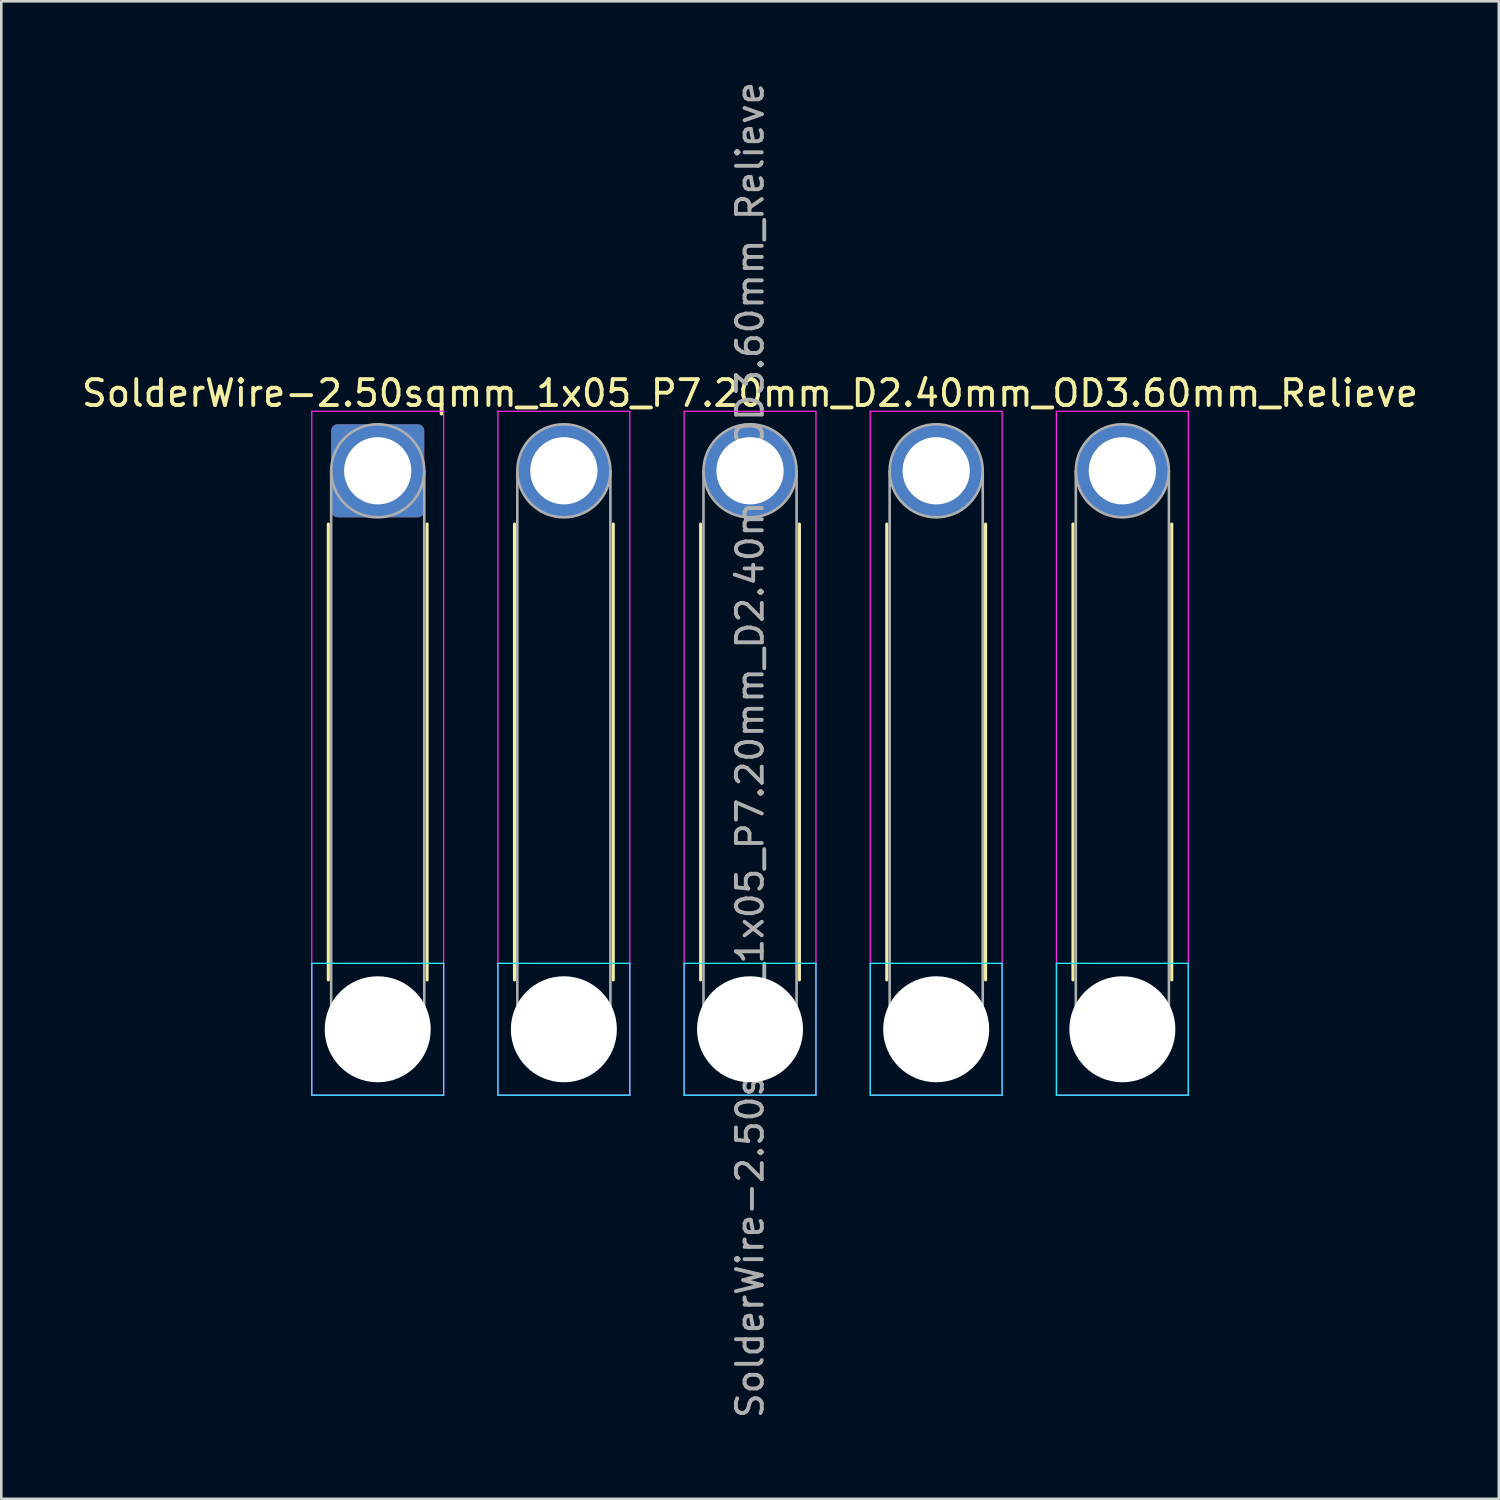
<source format=kicad_pcb>
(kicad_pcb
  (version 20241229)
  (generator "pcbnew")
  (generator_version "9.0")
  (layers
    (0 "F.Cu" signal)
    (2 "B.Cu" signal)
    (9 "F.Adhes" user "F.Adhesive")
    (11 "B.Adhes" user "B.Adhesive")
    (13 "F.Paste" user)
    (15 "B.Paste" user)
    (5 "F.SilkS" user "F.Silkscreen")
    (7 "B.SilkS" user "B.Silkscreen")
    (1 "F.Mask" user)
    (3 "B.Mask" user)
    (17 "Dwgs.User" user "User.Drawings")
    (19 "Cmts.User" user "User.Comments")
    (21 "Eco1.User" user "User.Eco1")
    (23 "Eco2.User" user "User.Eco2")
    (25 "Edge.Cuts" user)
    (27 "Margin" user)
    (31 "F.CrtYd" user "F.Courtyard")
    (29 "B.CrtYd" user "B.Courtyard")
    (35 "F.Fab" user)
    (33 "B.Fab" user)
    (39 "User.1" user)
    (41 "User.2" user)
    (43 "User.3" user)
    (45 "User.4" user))
  (footprint "SolderWire-2.50sqmm_1x05_P7.20mm_D2.40mm_OD3.60mm_Relieve"
    (layer "F.Cu")
    (at 11.558 15.158)
    (property "Reference" "SolderWire-2.50sqmm_1x05_P7.20mm_D2.40mm_OD3.60mm_Relieve" (at 14.4 -3 0) (layer "F.SilkS") (effects (font (size 1 1) (thickness 0.15))))
    (attr exclude_from_pos_files exclude_from_bom)
    (fp_line (start -1.91 2.06) (end -1.91 19.69) (stroke (width 0.12) (type solid)) (layer "F.SilkS"))
    (fp_line (start 1.91 2.06) (end 1.91 19.69) (stroke (width 0.12) (type solid)) (layer "F.SilkS"))
    (fp_line (start 5.29 2.06) (end 5.29 19.69) (stroke (width 0.12) (type solid)) (layer "F.SilkS"))
    (fp_line (start 9.11 2.06) (end 9.11 19.69) (stroke (width 0.12) (type solid)) (layer "F.SilkS"))
    (fp_line (start 12.49 2.06) (end 12.49 19.69) (stroke (width 0.12) (type solid)) (layer "F.SilkS"))
    (fp_line (start 16.31 2.06) (end 16.31 19.69) (stroke (width 0.12) (type solid)) (layer "F.SilkS"))
    (fp_line (start 19.69 2.06) (end 19.69 19.69) (stroke (width 0.12) (type solid)) (layer "F.SilkS"))
    (fp_line (start 23.51 2.06) (end 23.51 19.69) (stroke (width 0.12) (type solid)) (layer "F.SilkS"))
    (fp_line (start 26.89 2.06) (end 26.89 19.69) (stroke (width 0.12) (type solid)) (layer "F.SilkS"))
    (fp_line (start 30.71 2.06) (end 30.71 19.69) (stroke (width 0.12) (type solid)) (layer "F.SilkS"))
    (fp_line (start -2.55 19.05) (end -2.55 24.15) (stroke (width 0.05) (type solid)) (layer "B.CrtYd"))
    (fp_line (start -2.55 24.15) (end 2.55 24.15) (stroke (width 0.05) (type solid)) (layer "B.CrtYd"))
    (fp_line (start 2.55 19.05) (end -2.55 19.05) (stroke (width 0.05) (type solid)) (layer "B.CrtYd"))
    (fp_line (start 2.55 24.15) (end 2.55 19.05) (stroke (width 0.05) (type solid)) (layer "B.CrtYd"))
    (fp_line (start 4.65 19.05) (end 4.65 24.15) (stroke (width 0.05) (type solid)) (layer "B.CrtYd"))
    (fp_line (start 4.65 24.15) (end 9.75 24.15) (stroke (width 0.05) (type solid)) (layer "B.CrtYd"))
    (fp_line (start 9.75 19.05) (end 4.65 19.05) (stroke (width 0.05) (type solid)) (layer "B.CrtYd"))
    (fp_line (start 9.75 24.15) (end 9.75 19.05) (stroke (width 0.05) (type solid)) (layer "B.CrtYd"))
    (fp_line (start 11.85 19.05) (end 11.85 24.15) (stroke (width 0.05) (type solid)) (layer "B.CrtYd"))
    (fp_line (start 11.85 24.15) (end 16.95 24.15) (stroke (width 0.05) (type solid)) (layer "B.CrtYd"))
    (fp_line (start 16.95 19.05) (end 11.85 19.05) (stroke (width 0.05) (type solid)) (layer "B.CrtYd"))
    (fp_line (start 16.95 24.15) (end 16.95 19.05) (stroke (width 0.05) (type solid)) (layer "B.CrtYd"))
    (fp_line (start 19.05 19.05) (end 19.05 24.15) (stroke (width 0.05) (type solid)) (layer "B.CrtYd"))
    (fp_line (start 19.05 24.15) (end 24.15 24.15) (stroke (width 0.05) (type solid)) (layer "B.CrtYd"))
    (fp_line (start 24.15 19.05) (end 19.05 19.05) (stroke (width 0.05) (type solid)) (layer "B.CrtYd"))
    (fp_line (start 24.15 24.15) (end 24.15 19.05) (stroke (width 0.05) (type solid)) (layer "B.CrtYd"))
    (fp_line (start 26.25 19.05) (end 26.25 24.15) (stroke (width 0.05) (type solid)) (layer "B.CrtYd"))
    (fp_line (start 26.25 24.15) (end 31.35 24.15) (stroke (width 0.05) (type solid)) (layer "B.CrtYd"))
    (fp_line (start 31.35 19.05) (end 26.25 19.05) (stroke (width 0.05) (type solid)) (layer "B.CrtYd"))
    (fp_line (start 31.35 24.15) (end 31.35 19.05) (stroke (width 0.05) (type solid)) (layer "B.CrtYd"))
    (fp_line (start -2.55 -2.3) (end -2.55 24.15) (stroke (width 0.05) (type solid)) (layer "F.CrtYd"))
    (fp_line (start -2.55 24.15) (end 2.55 24.15) (stroke (width 0.05) (type solid)) (layer "F.CrtYd"))
    (fp_line (start 2.55 -2.3) (end -2.55 -2.3) (stroke (width 0.05) (type solid)) (layer "F.CrtYd"))
    (fp_line (start 2.55 24.15) (end 2.55 -2.3) (stroke (width 0.05) (type solid)) (layer "F.CrtYd"))
    (fp_line (start 4.65 -2.3) (end 4.65 24.15) (stroke (width 0.05) (type solid)) (layer "F.CrtYd"))
    (fp_line (start 4.65 24.15) (end 9.75 24.15) (stroke (width 0.05) (type solid)) (layer "F.CrtYd"))
    (fp_line (start 9.75 -2.3) (end 4.65 -2.3) (stroke (width 0.05) (type solid)) (layer "F.CrtYd"))
    (fp_line (start 9.75 24.15) (end 9.75 -2.3) (stroke (width 0.05) (type solid)) (layer "F.CrtYd"))
    (fp_line (start 11.85 -2.3) (end 11.85 24.15) (stroke (width 0.05) (type solid)) (layer "F.CrtYd"))
    (fp_line (start 11.85 24.15) (end 16.95 24.15) (stroke (width 0.05) (type solid)) (layer "F.CrtYd"))
    (fp_line (start 16.95 -2.3) (end 11.85 -2.3) (stroke (width 0.05) (type solid)) (layer "F.CrtYd"))
    (fp_line (start 16.95 24.15) (end 16.95 -2.3) (stroke (width 0.05) (type solid)) (layer "F.CrtYd"))
    (fp_line (start 19.05 -2.3) (end 19.05 24.15) (stroke (width 0.05) (type solid)) (layer "F.CrtYd"))
    (fp_line (start 19.05 24.15) (end 24.15 24.15) (stroke (width 0.05) (type solid)) (layer "F.CrtYd"))
    (fp_line (start 24.15 -2.3) (end 19.05 -2.3) (stroke (width 0.05) (type solid)) (layer "F.CrtYd"))
    (fp_line (start 24.15 24.15) (end 24.15 -2.3) (stroke (width 0.05) (type solid)) (layer "F.CrtYd"))
    (fp_line (start 26.25 -2.3) (end 26.25 24.15) (stroke (width 0.05) (type solid)) (layer "F.CrtYd"))
    (fp_line (start 26.25 24.15) (end 31.35 24.15) (stroke (width 0.05) (type solid)) (layer "F.CrtYd"))
    (fp_line (start 31.35 -2.3) (end 26.25 -2.3) (stroke (width 0.05) (type solid)) (layer "F.CrtYd"))
    (fp_line (start 31.35 24.15) (end 31.35 -2.3) (stroke (width 0.05) (type solid)) (layer "F.CrtYd"))
    (fp_line (start -1.8 0) (end -1.8 21.6) (stroke (width 0.1) (type solid)) (layer "F.Fab"))
    (fp_line (start 1.8 0) (end 1.8 21.6) (stroke (width 0.1) (type solid)) (layer "F.Fab"))
    (fp_line (start 5.4 0) (end 5.4 21.6) (stroke (width 0.1) (type solid)) (layer "F.Fab"))
    (fp_line (start 9 0) (end 9 21.6) (stroke (width 0.1) (type solid)) (layer "F.Fab"))
    (fp_line (start 12.6 0) (end 12.6 21.6) (stroke (width 0.1) (type solid)) (layer "F.Fab"))
    (fp_line (start 16.2 0) (end 16.2 21.6) (stroke (width 0.1) (type solid)) (layer "F.Fab"))
    (fp_line (start 19.8 0) (end 19.8 21.6) (stroke (width 0.1) (type solid)) (layer "F.Fab"))
    (fp_line (start 23.4 0) (end 23.4 21.6) (stroke (width 0.1) (type solid)) (layer "F.Fab"))
    (fp_line (start 27 0) (end 27 21.6) (stroke (width 0.1) (type solid)) (layer "F.Fab"))
    (fp_line (start 30.6 0) (end 30.6 21.6) (stroke (width 0.1) (type solid)) (layer "F.Fab"))
    (fp_circle (center 0 0) (end 1.8 0) (stroke (width 0.1) (type solid)) (fill no) (layer "F.Fab"))
    (fp_circle (center 0 21.6) (end 1.8 21.6) (stroke (width 0.1) (type solid)) (fill no) (layer "F.Fab"))
    (fp_circle (center 7.2 0) (end 9 0) (stroke (width 0.1) (type solid)) (fill no) (layer "F.Fab"))
    (fp_circle (center 7.2 21.6) (end 9 21.6) (stroke (width 0.1) (type solid)) (fill no) (layer "F.Fab"))
    (fp_circle (center 14.4 0) (end 16.2 0) (stroke (width 0.1) (type solid)) (fill no) (layer "F.Fab"))
    (fp_circle (center 14.4 21.6) (end 16.2 21.6) (stroke (width 0.1) (type solid)) (fill no) (layer "F.Fab"))
    (fp_circle (center 21.6 0) (end 23.4 0) (stroke (width 0.1) (type solid)) (fill no) (layer "F.Fab"))
    (fp_circle (center 21.6 21.6) (end 23.4 21.6) (stroke (width 0.1) (type solid)) (fill no) (layer "F.Fab"))
    (fp_circle (center 28.8 0) (end 30.6 0) (stroke (width 0.1) (type solid)) (fill no) (layer "F.Fab"))
    (fp_circle (center 28.8 21.6) (end 30.6 21.6) (stroke (width 0.1) (type solid)) (fill no) (layer "F.Fab"))
    (fp_text user "${REFERENCE}" (at 14.4 10.8 90) (layer "F.Fab") (effects (font (size 1 1) (thickness 0.15))))
    (pad "" np_thru_hole circle (at 0 21.6) (size 4.1 4.1) (drill 4.1) (layers "*.Cu" "*.Mask"))
    (pad "" np_thru_hole circle (at 7.2 21.6) (size 4.1 4.1) (drill 4.1) (layers "*.Cu" "*.Mask"))
    (pad "" np_thru_hole circle (at 14.4 21.6) (size 4.1 4.1) (drill 4.1) (layers "*.Cu" "*.Mask"))
    (pad "" np_thru_hole circle (at 21.6 21.6) (size 4.1 4.1) (drill 4.1) (layers "*.Cu" "*.Mask"))
    (pad "" np_thru_hole circle (at 28.8 21.6) (size 4.1 4.1) (drill 4.1) (layers "*.Cu" "*.Mask"))
    (pad "1" thru_hole roundrect (at 0 0) (size 3.6 3.6) (drill 2.6) (layers "*.Cu" "*.Mask") (roundrect_rratio 0.069))
    (pad "2" thru_hole circle (at 7.2 0) (size 3.6 3.6) (drill 2.6) (layers "*.Cu" "*.Mask"))
    (pad "3" thru_hole circle (at 14.4 0) (size 3.6 3.6) (drill 2.6) (layers "*.Cu" "*.Mask"))
    (pad "4" thru_hole circle (at 21.6 0) (size 3.6 3.6) (drill 2.6) (layers "*.Cu" "*.Mask"))
    (pad "5" thru_hole circle (at 28.8 0) (size 3.6 3.6) (drill 2.6) (layers "*.Cu" "*.Mask")))
  (gr_rect
    (start -3 -3)
    (end 54.917 54.917)
    (stroke (width 0.1) (type default))
    (fill no)
    (layer "Edge.Cuts")))
</source>
